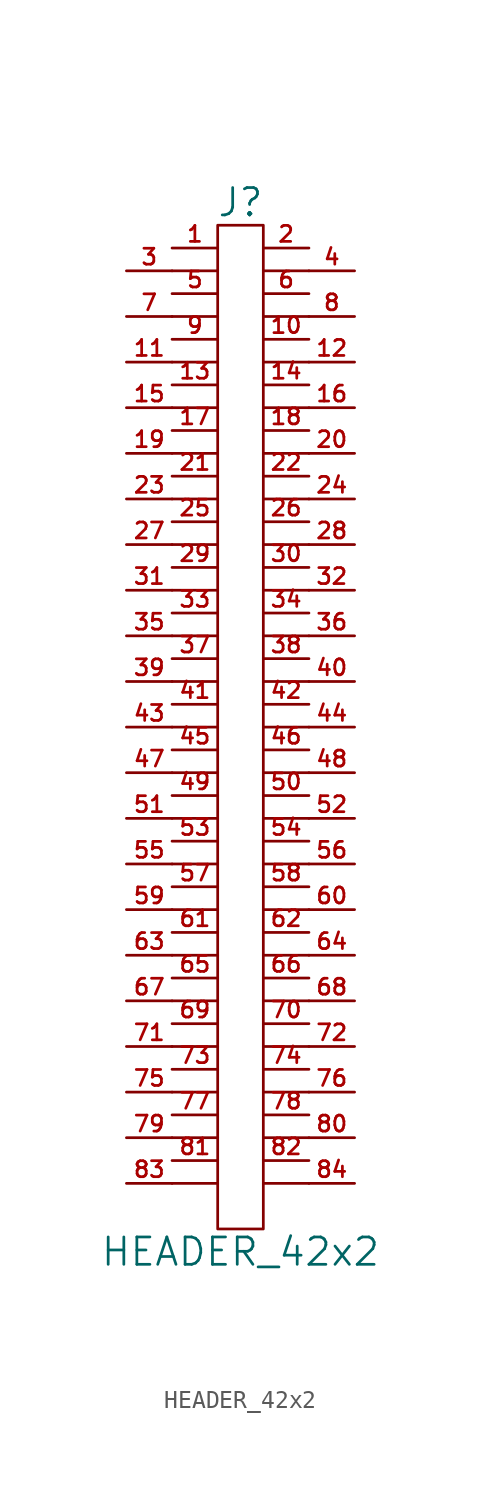
<source format=kicad_sym>
(kicad_symbol_lib
  (version 20211014)
  (generator kicad_symbol_editor)
  (symbol "HEADER_42x2"
    (pin_names
      (offset 0))
    (property "Reference" "J"
      (at 0 29.21 0)
      (effects (font (size 1.524 1.524))))
    (property "Value" "HEADER_42x2"
      (at 0 -29.21 0)
      (effects (font (size 1.524 1.524))))
    (property "Footprint" ""
      (at 0 2.54 0)
      (effects (font (size 1.524 1.524))))
    (property "Datasheet" ""
      (at 0 2.54 0)
      (effects (font (size 1.524 1.524))))
    (symbol "HEADER_42x2_0_1"
      (polyline (pts (xy -3.81 -25.4) (xy -1.27 -25.4)) (stroke (width 0) (type default) (color 0 0 0 0)) (fill (type none)))
      (polyline (pts (xy -3.81 -22.86) (xy -1.27 -22.86)) (stroke (width 0) (type default) (color 0 0 0 0)) (fill (type none)))
      (polyline (pts (xy -3.81 -20.32) (xy -1.27 -20.32)) (stroke (width 0) (type default) (color 0 0 0 0)) (fill (type none)))
      (polyline (pts (xy -3.81 -17.78) (xy -1.27 -17.78)) (stroke (width 0) (type default) (color 0 0 0 0)) (fill (type none)))
      (polyline (pts (xy -3.81 -15.24) (xy -1.27 -15.24)) (stroke (width 0) (type default) (color 0 0 0 0)) (fill (type none)))
      (polyline (pts (xy -3.81 -12.7) (xy -1.27 -12.7)) (stroke (width 0) (type default) (color 0 0 0 0)) (fill (type none)))
      (polyline (pts (xy -3.81 -10.16) (xy -1.27 -10.16)) (stroke (width 0) (type default) (color 0 0 0 0)) (fill (type none)))
      (polyline (pts (xy -3.81 -7.62) (xy -1.27 -7.62)) (stroke (width 0) (type default) (color 0 0 0 0)) (fill (type none)))
      (polyline (pts (xy -3.81 -5.08) (xy -1.27 -5.08)) (stroke (width 0) (type default) (color 0 0 0 0)) (fill (type none)))
      (polyline (pts (xy -3.81 -2.54) (xy -1.27 -2.54)) (stroke (width 0) (type default) (color 0 0 0 0)) (fill (type none)))
      (polyline (pts (xy -3.81 0) (xy -1.27 0)) (stroke (width 0) (type default) (color 0 0 0 0)) (fill (type none)))
      (polyline (pts (xy -3.81 2.54) (xy -1.27 2.54)) (stroke (width 0) (type default) (color 0 0 0 0)) (fill (type none)))
      (polyline (pts (xy -3.81 5.08) (xy -1.27 5.08)) (stroke (width 0) (type default) (color 0 0 0 0)) (fill (type none)))
      (polyline (pts (xy -3.81 7.62) (xy -1.27 7.62)) (stroke (width 0) (type default) (color 0 0 0 0)) (fill (type none)))
      (polyline (pts (xy -3.81 10.16) (xy -1.27 10.16)) (stroke (width 0) (type default) (color 0 0 0 0)) (fill (type none)))
      (polyline (pts (xy -3.81 12.7) (xy -1.27 12.7)) (stroke (width 0) (type default) (color 0 0 0 0)) (fill (type none)))
      (polyline (pts (xy -3.81 15.24) (xy -1.27 15.24)) (stroke (width 0) (type default) (color 0 0 0 0)) (fill (type none)))
      (polyline (pts (xy -3.81 17.78) (xy -1.27 17.78)) (stroke (width 0) (type default) (color 0 0 0 0)) (fill (type none)))
      (polyline (pts (xy -3.81 20.32) (xy -1.27 20.32)) (stroke (width 0) (type default) (color 0 0 0 0)) (fill (type none)))
      (polyline (pts (xy -3.81 22.86) (xy -1.27 22.86)) (stroke (width 0) (type default) (color 0 0 0 0)) (fill (type none)))
      (polyline (pts (xy -3.81 25.4) (xy -1.27 25.4)) (stroke (width 0) (type default) (color 0 0 0 0)) (fill (type none)))
      (polyline (pts (xy 1.27 -25.4) (xy 3.81 -25.4)) (stroke (width 0) (type default) (color 0 0 0 0)) (fill (type none)))
      (polyline (pts (xy 1.27 -22.86) (xy 3.81 -22.86)) (stroke (width 0) (type default) (color 0 0 0 0)) (fill (type none)))
      (polyline (pts (xy 1.27 -20.32) (xy 3.81 -20.32)) (stroke (width 0) (type default) (color 0 0 0 0)) (fill (type none)))
      (polyline (pts (xy 1.27 -17.78) (xy 3.81 -17.78)) (stroke (width 0) (type default) (color 0 0 0 0)) (fill (type none)))
      (polyline (pts (xy 1.27 -15.24) (xy 3.81 -15.24)) (stroke (width 0) (type default) (color 0 0 0 0)) (fill (type none)))
      (polyline (pts (xy 1.27 -12.7) (xy 3.81 -12.7)) (stroke (width 0) (type default) (color 0 0 0 0)) (fill (type none)))
      (polyline (pts (xy 1.27 -10.16) (xy 3.81 -10.16)) (stroke (width 0) (type default) (color 0 0 0 0)) (fill (type none)))
      (polyline (pts (xy 1.27 -7.62) (xy 3.81 -7.62)) (stroke (width 0) (type default) (color 0 0 0 0)) (fill (type none)))
      (polyline (pts (xy 1.27 -5.08) (xy 3.81 -5.08)) (stroke (width 0) (type default) (color 0 0 0 0)) (fill (type none)))
      (polyline (pts (xy 1.27 -2.54) (xy 3.81 -2.54)) (stroke (width 0) (type default) (color 0 0 0 0)) (fill (type none)))
      (polyline (pts (xy 1.27 0) (xy 3.81 0)) (stroke (width 0) (type default) (color 0 0 0 0)) (fill (type none)))
      (polyline (pts (xy 1.27 2.54) (xy 3.81 2.54)) (stroke (width 0) (type default) (color 0 0 0 0)) (fill (type none)))
      (polyline (pts (xy 1.27 5.08) (xy 3.81 5.08)) (stroke (width 0) (type default) (color 0 0 0 0)) (fill (type none)))
      (polyline (pts (xy 1.27 7.62) (xy 3.81 7.62)) (stroke (width 0) (type default) (color 0 0 0 0)) (fill (type none)))
      (polyline (pts (xy 1.27 10.16) (xy 3.81 10.16)) (stroke (width 0) (type default) (color 0 0 0 0)) (fill (type none)))
      (polyline (pts (xy 1.27 12.7) (xy 3.81 12.7)) (stroke (width 0) (type default) (color 0 0 0 0)) (fill (type none)))
      (polyline (pts (xy 1.27 15.24) (xy 3.81 15.24)) (stroke (width 0) (type default) (color 0 0 0 0)) (fill (type none)))
      (polyline (pts (xy 1.27 17.78) (xy 3.81 17.78)) (stroke (width 0) (type default) (color 0 0 0 0)) (fill (type none)))
      (polyline (pts (xy 1.27 20.32) (xy 3.81 20.32)) (stroke (width 0) (type default) (color 0 0 0 0)) (fill (type none)))
      (polyline (pts (xy 1.27 22.86) (xy 3.81 22.86)) (stroke (width 0) (type default) (color 0 0 0 0)) (fill (type none)))
      (polyline (pts (xy 1.27 25.4) (xy 3.81 25.4)) (stroke (width 0) (type default) (color 0 0 0 0)) (fill (type none)))
      (rectangle (start 1.27 -27.94) (end -1.27 27.94) (stroke (width 0) (type default) (color 0 0 0 0)) (fill (type none))))
    (symbol "HEADER_42x2_1_1"
      (pin passive line (at -3.81 26.67 0) (length 2.54) (name "~" (effects (font (size 1.27 1.27)))) (number "1" (effects (font (size 0.889 0.889)))))
      (pin passive line (at 3.81 21.59 180) (length 2.54) (name "~" (effects (font (size 1.27 1.27)))) (number "10" (effects (font (size 0.889 0.889)))))
      (pin passive line (at -6.35 20.32 0) (length 2.54) (name "~" (effects (font (size 1.27 1.27)))) (number "11" (effects (font (size 0.889 0.889)))))
      (pin passive line (at 6.35 20.32 180) (length 2.54) (name "~" (effects (font (size 1.27 1.27)))) (number "12" (effects (font (size 0.889 0.889)))))
      (pin passive line (at -3.81 19.05 0) (length 2.54) (name "~" (effects (font (size 1.27 1.27)))) (number "13" (effects (font (size 0.889 0.889)))))
      (pin passive line (at 3.81 19.05 180) (length 2.54) (name "~" (effects (font (size 1.27 1.27)))) (number "14" (effects (font (size 0.889 0.889)))))
      (pin passive line (at -6.35 17.78 0) (length 2.54) (name "~" (effects (font (size 1.27 1.27)))) (number "15" (effects (font (size 0.889 0.889)))))
      (pin passive line (at 6.35 17.78 180) (length 2.54) (name "~" (effects (font (size 1.27 1.27)))) (number "16" (effects (font (size 0.889 0.889)))))
      (pin passive line (at -3.81 16.51 0) (length 2.54) (name "~" (effects (font (size 1.27 1.27)))) (number "17" (effects (font (size 0.889 0.889)))))
      (pin passive line (at 3.81 16.51 180) (length 2.54) (name "~" (effects (font (size 1.27 1.27)))) (number "18" (effects (font (size 0.889 0.889)))))
      (pin passive line (at -6.35 15.24 0) (length 2.54) (name "~" (effects (font (size 1.27 1.27)))) (number "19" (effects (font (size 0.889 0.889)))))
      (pin passive line (at 3.81 26.67 180) (length 2.54) (name "~" (effects (font (size 1.27 1.27)))) (number "2" (effects (font (size 0.889 0.889)))))
      (pin passive line (at 6.35 15.24 180) (length 2.54) (name "~" (effects (font (size 1.27 1.27)))) (number "20" (effects (font (size 0.889 0.889)))))
      (pin passive line (at -3.81 13.97 0) (length 2.54) (name "~" (effects (font (size 1.27 1.27)))) (number "21" (effects (font (size 0.889 0.889)))))
      (pin passive line (at 3.81 13.97 180) (length 2.54) (name "~" (effects (font (size 1.27 1.27)))) (number "22" (effects (font (size 0.889 0.889)))))
      (pin passive line (at -6.35 12.7 0) (length 2.54) (name "~" (effects (font (size 1.27 1.27)))) (number "23" (effects (font (size 0.889 0.889)))))
      (pin passive line (at 6.35 12.7 180) (length 2.54) (name "~" (effects (font (size 1.27 1.27)))) (number "24" (effects (font (size 0.889 0.889)))))
      (pin passive line (at -3.81 11.43 0) (length 2.54) (name "~" (effects (font (size 1.27 1.27)))) (number "25" (effects (font (size 0.889 0.889)))))
      (pin passive line (at 3.81 11.43 180) (length 2.54) (name "~" (effects (font (size 1.27 1.27)))) (number "26" (effects (font (size 0.889 0.889)))))
      (pin passive line (at -6.35 10.16 0) (length 2.54) (name "~" (effects (font (size 1.27 1.27)))) (number "27" (effects (font (size 0.889 0.889)))))
      (pin passive line (at 6.35 10.16 180) (length 2.54) (name "~" (effects (font (size 1.27 1.27)))) (number "28" (effects (font (size 0.889 0.889)))))
      (pin passive line (at -3.81 8.89 0) (length 2.54) (name "~" (effects (font (size 1.27 1.27)))) (number "29" (effects (font (size 0.889 0.889)))))
      (pin passive line (at -6.35 25.4 0) (length 2.54) (name "~" (effects (font (size 1.27 1.27)))) (number "3" (effects (font (size 0.889 0.889)))))
      (pin passive line (at 3.81 8.89 180) (length 2.54) (name "~" (effects (font (size 1.27 1.27)))) (number "30" (effects (font (size 0.889 0.889)))))
      (pin passive line (at -6.35 7.62 0) (length 2.54) (name "~" (effects (font (size 1.27 1.27)))) (number "31" (effects (font (size 0.889 0.889)))))
      (pin passive line (at 6.35 7.62 180) (length 2.54) (name "~" (effects (font (size 1.27 1.27)))) (number "32" (effects (font (size 0.889 0.889)))))
      (pin passive line (at -3.81 6.35 0) (length 2.54) (name "~" (effects (font (size 1.27 1.27)))) (number "33" (effects (font (size 0.889 0.889)))))
      (pin passive line (at 3.81 6.35 180) (length 2.54) (name "~" (effects (font (size 1.27 1.27)))) (number "34" (effects (font (size 0.889 0.889)))))
      (pin passive line (at -6.35 5.08 0) (length 2.54) (name "~" (effects (font (size 1.27 1.27)))) (number "35" (effects (font (size 0.889 0.889)))))
      (pin passive line (at 6.35 5.08 180) (length 2.54) (name "~" (effects (font (size 1.27 1.27)))) (number "36" (effects (font (size 0.889 0.889)))))
      (pin passive line (at -3.81 3.81 0) (length 2.54) (name "~" (effects (font (size 0.889 0.889)))) (number "37" (effects (font (size 0.889 0.889)))))
      (pin passive line (at 3.81 3.81 180) (length 2.54) (name "~" (effects (font (size 1.27 1.27)))) (number "38" (effects (font (size 0.889 0.889)))))
      (pin passive line (at -6.35 2.54 0) (length 2.54) (name "~" (effects (font (size 1.27 1.27)))) (number "39" (effects (font (size 0.889 0.889)))))
      (pin passive line (at 6.35 25.4 180) (length 2.54) (name "~" (effects (font (size 1.27 1.27)))) (number "4" (effects (font (size 0.889 0.889)))))
      (pin passive line (at 6.35 2.54 180) (length 2.54) (name "~" (effects (font (size 1.27 1.27)))) (number "40" (effects (font (size 0.889 0.889)))))
      (pin passive line (at -3.81 1.27 0) (length 2.54) (name "~" (effects (font (size 1.27 1.27)))) (number "41" (effects (font (size 0.889 0.889)))))
      (pin passive line (at 3.81 1.27 180) (length 2.54) (name "~" (effects (font (size 1.27 1.27)))) (number "42" (effects (font (size 0.889 0.889)))))
      (pin passive line (at -6.35 0 0) (length 2.54) (name "~" (effects (font (size 1.27 1.27)))) (number "43" (effects (font (size 0.889 0.889)))))
      (pin passive line (at 6.35 0 180) (length 2.54) (name "~" (effects (font (size 1.27 1.27)))) (number "44" (effects (font (size 0.889 0.889)))))
      (pin passive line (at -3.81 -1.27 0) (length 2.54) (name "~" (effects (font (size 1.27 1.27)))) (number "45" (effects (font (size 0.889 0.889)))))
      (pin passive line (at 3.81 -1.27 180) (length 2.54) (name "~" (effects (font (size 1.27 1.27)))) (number "46" (effects (font (size 0.889 0.889)))))
      (pin passive line (at -6.35 -2.54 0) (length 2.54) (name "~" (effects (font (size 1.27 1.27)))) (number "47" (effects (font (size 0.889 0.889)))))
      (pin passive line (at 6.35 -2.54 180) (length 2.54) (name "~" (effects (font (size 1.27 1.27)))) (number "48" (effects (font (size 0.889 0.889)))))
      (pin passive line (at -3.81 -3.81 0) (length 2.54) (name "~" (effects (font (size 1.27 1.27)))) (number "49" (effects (font (size 0.889 0.889)))))
      (pin passive line (at -3.81 24.13 0) (length 2.54) (name "~" (effects (font (size 1.27 1.27)))) (number "5" (effects (font (size 0.889 0.889)))))
      (pin passive line (at 3.81 -3.81 180) (length 2.54) (name "~" (effects (font (size 1.27 1.27)))) (number "50" (effects (font (size 0.889 0.889)))))
      (pin passive line (at -6.35 -5.08 0) (length 2.54) (name "~" (effects (font (size 1.27 1.27)))) (number "51" (effects (font (size 0.889 0.889)))))
      (pin passive line (at 6.35 -5.08 180) (length 2.54) (name "~" (effects (font (size 1.27 1.27)))) (number "52" (effects (font (size 0.889 0.889)))))
      (pin passive line (at -3.81 -6.35 0) (length 2.54) (name "~" (effects (font (size 1.27 1.27)))) (number "53" (effects (font (size 0.889 0.889)))))
      (pin passive line (at 3.81 -6.35 180) (length 2.54) (name "~" (effects (font (size 1.27 1.27)))) (number "54" (effects (font (size 0.889 0.889)))))
      (pin passive line (at -6.35 -7.62 0) (length 2.54) (name "~" (effects (font (size 1.27 1.27)))) (number "55" (effects (font (size 0.889 0.889)))))
      (pin passive line (at 6.35 -7.62 180) (length 2.54) (name "~" (effects (font (size 1.27 1.27)))) (number "56" (effects (font (size 0.889 0.889)))))
      (pin passive line (at -3.81 -8.89 0) (length 2.54) (name "~" (effects (font (size 1.27 1.27)))) (number "57" (effects (font (size 0.889 0.889)))))
      (pin passive line (at 3.81 -8.89 180) (length 2.54) (name "~" (effects (font (size 1.27 1.27)))) (number "58" (effects (font (size 0.889 0.889)))))
      (pin passive line (at -6.35 -10.16 0) (length 2.54) (name "~" (effects (font (size 1.27 1.27)))) (number "59" (effects (font (size 0.889 0.889)))))
      (pin passive line (at 3.81 24.13 180) (length 2.54) (name "~" (effects (font (size 1.27 1.27)))) (number "6" (effects (font (size 0.889 0.889)))))
      (pin passive line (at 6.35 -10.16 180) (length 2.54) (name "~" (effects (font (size 1.27 1.27)))) (number "60" (effects (font (size 0.889 0.889)))))
      (pin passive line (at -3.81 -11.43 0) (length 2.54) (name "~" (effects (font (size 1.27 1.27)))) (number "61" (effects (font (size 0.889 0.889)))))
      (pin passive line (at 3.81 -11.43 180) (length 2.54) (name "~" (effects (font (size 1.27 1.27)))) (number "62" (effects (font (size 0.889 0.889)))))
      (pin passive line (at -6.35 -12.7 0) (length 2.54) (name "~" (effects (font (size 1.27 1.27)))) (number "63" (effects (font (size 0.889 0.889)))))
      (pin passive line (at 6.35 -12.7 180) (length 2.54) (name "~" (effects (font (size 1.27 1.27)))) (number "64" (effects (font (size 0.889 0.889)))))
      (pin passive line (at -3.81 -13.97 0) (length 2.54) (name "~" (effects (font (size 1.27 1.27)))) (number "65" (effects (font (size 0.889 0.889)))))
      (pin passive line (at 3.81 -13.97 180) (length 2.54) (name "~" (effects (font (size 1.27 1.27)))) (number "66" (effects (font (size 0.889 0.889)))))
      (pin passive line (at -6.35 -15.24 0) (length 2.54) (name "~" (effects (font (size 1.27 1.27)))) (number "67" (effects (font (size 0.889 0.889)))))
      (pin passive line (at 6.35 -15.24 180) (length 2.54) (name "~" (effects (font (size 1.27 1.27)))) (number "68" (effects (font (size 0.889 0.889)))))
      (pin passive line (at -3.81 -16.51 0) (length 2.54) (name "~" (effects (font (size 1.27 1.27)))) (number "69" (effects (font (size 0.889 0.889)))))
      (pin passive line (at -6.35 22.86 0) (length 2.54) (name "~" (effects (font (size 1.27 1.27)))) (number "7" (effects (font (size 0.889 0.889)))))
      (pin passive line (at 3.81 -16.51 180) (length 2.54) (name "~" (effects (font (size 1.27 1.27)))) (number "70" (effects (font (size 0.889 0.889)))))
      (pin passive line (at -6.35 -17.78 0) (length 2.54) (name "~" (effects (font (size 1.27 1.27)))) (number "71" (effects (font (size 0.889 0.889)))))
      (pin passive line (at 6.35 -17.78 180) (length 2.54) (name "~" (effects (font (size 1.27 1.27)))) (number "72" (effects (font (size 0.889 0.889)))))
      (pin passive line (at -3.81 -19.05 0) (length 2.54) (name "~" (effects (font (size 1.27 1.27)))) (number "73" (effects (font (size 0.889 0.889)))))
      (pin passive line (at 3.81 -19.05 180) (length 2.54) (name "~" (effects (font (size 1.27 1.27)))) (number "74" (effects (font (size 0.889 0.889)))))
      (pin passive line (at -6.35 -20.32 0) (length 2.54) (name "~" (effects (font (size 1.27 1.27)))) (number "75" (effects (font (size 0.889 0.889)))))
      (pin passive line (at 6.35 -20.32 180) (length 2.54) (name "~" (effects (font (size 1.27 1.27)))) (number "76" (effects (font (size 0.889 0.889)))))
      (pin passive line (at -3.81 -21.59 0) (length 2.54) (name "~" (effects (font (size 1.27 1.27)))) (number "77" (effects (font (size 0.889 0.889)))))
      (pin passive line (at 3.81 -21.59 180) (length 2.54) (name "~" (effects (font (size 1.27 1.27)))) (number "78" (effects (font (size 0.889 0.889)))))
      (pin passive line (at -6.35 -22.86 0) (length 2.54) (name "~" (effects (font (size 1.27 1.27)))) (number "79" (effects (font (size 0.889 0.889)))))
      (pin passive line (at 6.35 22.86 180) (length 2.54) (name "~" (effects (font (size 1.27 1.27)))) (number "8" (effects (font (size 0.889 0.889)))))
      (pin passive line (at 6.35 -22.86 180) (length 2.54) (name "~" (effects (font (size 1.27 1.27)))) (number "80" (effects (font (size 0.889 0.889)))))
      (pin passive line (at -3.81 -24.13 0) (length 2.54) (name "~" (effects (font (size 1.27 1.27)))) (number "81" (effects (font (size 0.889 0.889)))))
      (pin passive line (at 3.81 -24.13 180) (length 2.54) (name "~" (effects (font (size 1.27 1.27)))) (number "82" (effects (font (size 0.889 0.889)))))
      (pin passive line (at -6.35 -25.4 0) (length 2.54) (name "~" (effects (font (size 1.27 1.27)))) (number "83" (effects (font (size 0.889 0.889)))))
      (pin passive line (at 6.35 -25.4 180) (length 2.54) (name "~" (effects (font (size 1.27 1.27)))) (number "84" (effects (font (size 0.889 0.889)))))
      (pin passive line (at -3.81 21.59 0) (length 2.54) (name "~" (effects (font (size 1.27 1.27)))) (number "9" (effects (font (size 0.889 0.889))))))))
</source>
